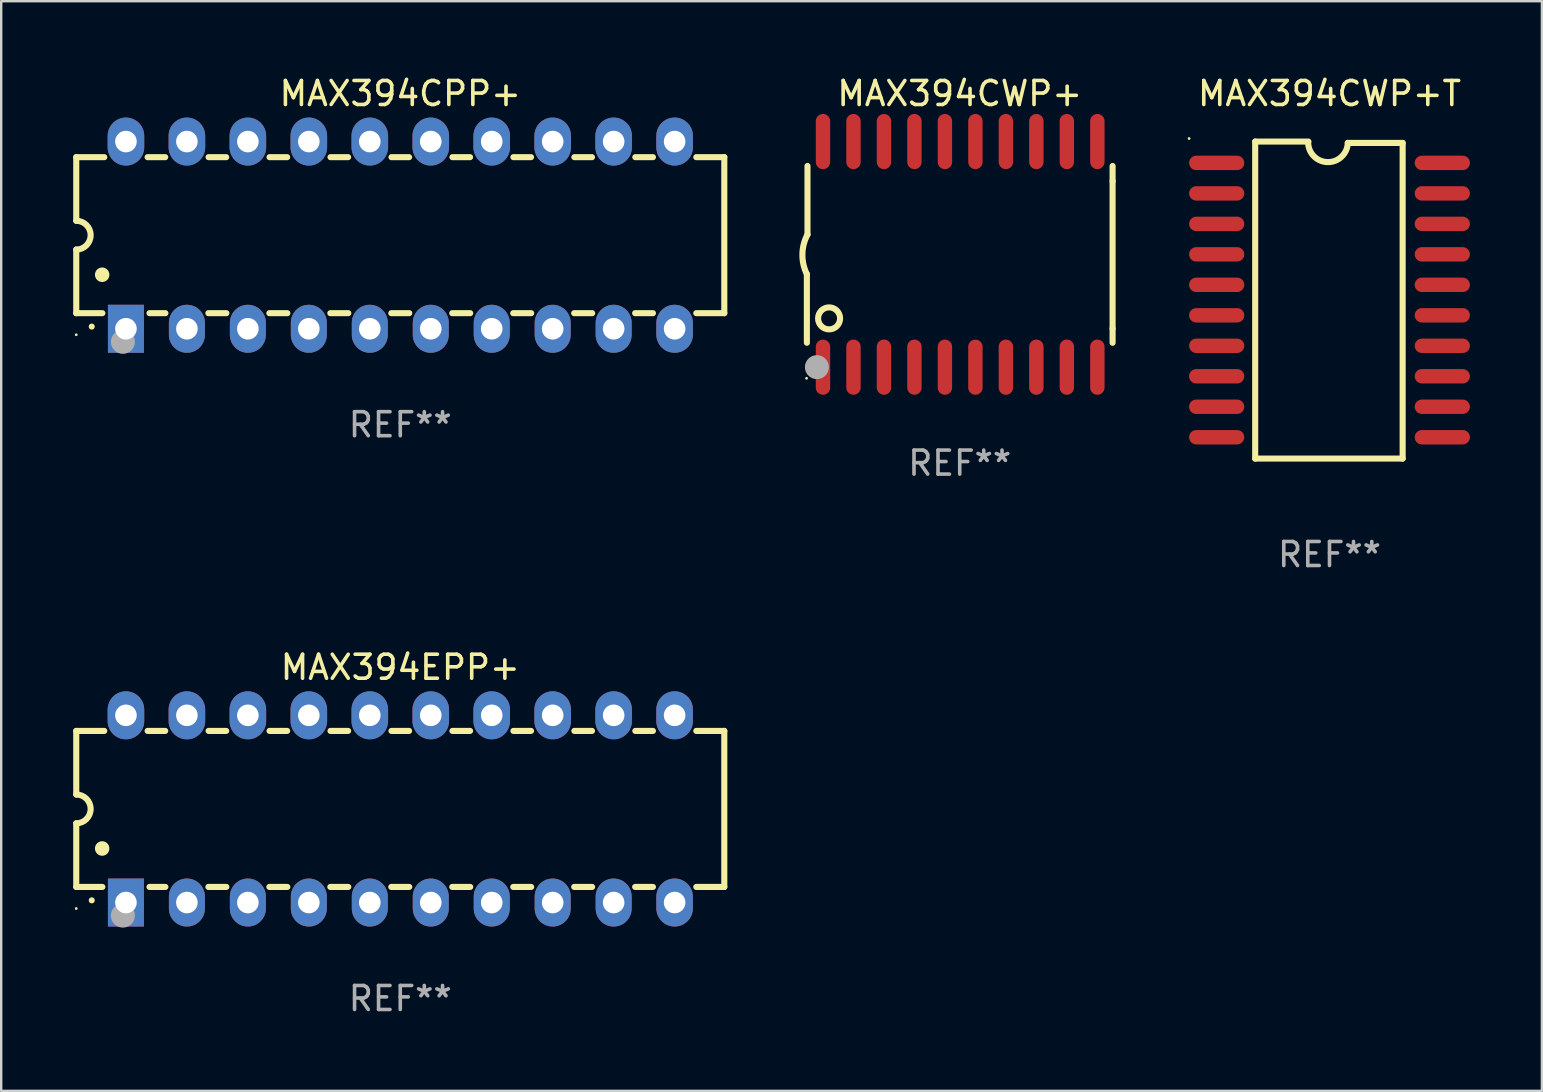
<source format=kicad_pcb>
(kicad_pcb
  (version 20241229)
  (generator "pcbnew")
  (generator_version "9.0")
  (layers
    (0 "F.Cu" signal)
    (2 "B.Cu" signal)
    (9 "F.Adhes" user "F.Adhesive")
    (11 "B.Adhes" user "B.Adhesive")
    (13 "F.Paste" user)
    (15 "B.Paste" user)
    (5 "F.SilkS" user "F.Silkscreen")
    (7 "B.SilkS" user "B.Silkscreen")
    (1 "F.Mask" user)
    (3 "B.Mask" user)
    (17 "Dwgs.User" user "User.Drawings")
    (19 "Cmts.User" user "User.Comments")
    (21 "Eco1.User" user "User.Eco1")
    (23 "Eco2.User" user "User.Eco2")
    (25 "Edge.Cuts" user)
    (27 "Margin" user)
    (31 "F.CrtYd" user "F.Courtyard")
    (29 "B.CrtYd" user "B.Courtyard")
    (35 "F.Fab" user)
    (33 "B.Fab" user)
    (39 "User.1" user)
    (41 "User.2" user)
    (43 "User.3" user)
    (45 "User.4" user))
  (footprint "MAX394CPP+"
    (layer "F.Cu")
    (at 13.627 6.748)
    (property "Reference" "MAX394CPP+" (at 0 -5.9 0) (layer "F.SilkS") (effects (font (size 1 1) (thickness 0.15))))
    (attr through_hole)
    (fp_line (start -13.5 -3.25) (end -12.333 -3.25) (stroke (width 0.254) (type solid)) (layer "F.SilkS"))
    (fp_line (start -13.5 -0.6) (end -13.5 -3.25) (stroke (width 0.254) (type solid)) (layer "F.SilkS"))
    (fp_line (start -13.5 3.25) (end -13.5 0.6) (stroke (width 0.254) (type solid)) (layer "F.SilkS"))
    (fp_line (start -13.5 3.25) (end -12.411 3.25) (stroke (width 0.254) (type solid)) (layer "F.SilkS"))
    (fp_line (start -10.527 -3.25) (end -9.793 -3.25) (stroke (width 0.254) (type solid)) (layer "F.SilkS"))
    (fp_line (start -10.449 3.25) (end -9.786 3.25) (stroke (width 0.254) (type solid)) (layer "F.SilkS"))
    (fp_line (start -7.994 3.25) (end -7.246 3.25) (stroke (width 0.254) (type solid)) (layer "F.SilkS"))
    (fp_line (start -7.987 -3.25) (end -7.253 -3.25) (stroke (width 0.254) (type solid)) (layer "F.SilkS"))
    (fp_line (start -5.454 3.25) (end -4.706 3.25) (stroke (width 0.254) (type solid)) (layer "F.SilkS"))
    (fp_line (start -5.447 -3.25) (end -4.713 -3.25) (stroke (width 0.254) (type solid)) (layer "F.SilkS"))
    (fp_line (start -2.914 3.25) (end -2.166 3.25) (stroke (width 0.254) (type solid)) (layer "F.SilkS"))
    (fp_line (start -2.907 -3.25) (end -2.173 -3.25) (stroke (width 0.254) (type solid)) (layer "F.SilkS"))
    (fp_line (start -0.374 3.25) (end 0.374 3.25) (stroke (width 0.254) (type solid)) (layer "F.SilkS"))
    (fp_line (start -0.367 -3.25) (end 0.367 -3.25) (stroke (width 0.254) (type solid)) (layer "F.SilkS"))
    (fp_line (start 2.166 3.25) (end 2.914 3.25) (stroke (width 0.254) (type solid)) (layer "F.SilkS"))
    (fp_line (start 2.173 -3.25) (end 2.907 -3.25) (stroke (width 0.254) (type solid)) (layer "F.SilkS"))
    (fp_line (start 4.706 3.25) (end 5.454 3.25) (stroke (width 0.254) (type solid)) (layer "F.SilkS"))
    (fp_line (start 4.713 -3.25) (end 5.447 -3.25) (stroke (width 0.254) (type solid)) (layer "F.SilkS"))
    (fp_line (start 7.246 3.25) (end 7.994 3.25) (stroke (width 0.254) (type solid)) (layer "F.SilkS"))
    (fp_line (start 7.253 -3.25) (end 7.987 -3.25) (stroke (width 0.254) (type solid)) (layer "F.SilkS"))
    (fp_line (start 9.786 3.25) (end 10.527 3.25) (stroke (width 0.254) (type solid)) (layer "F.SilkS"))
    (fp_line (start 9.793 -3.25) (end 10.527 -3.25) (stroke (width 0.254) (type solid)) (layer "F.SilkS"))
    (fp_line (start 12.333 -3.25) (end 13.5 -3.25) (stroke (width 0.254) (type solid)) (layer "F.SilkS"))
    (fp_line (start 12.333 3.25) (end 13.5 3.25) (stroke (width 0.254) (type solid)) (layer "F.SilkS"))
    (fp_line (start 13.5 -3.25) (end 13.5 3.25) (stroke (width 0.254) (type solid)) (layer "F.SilkS"))
    (fp_arc (start -13.500127 -0.599442) (mid -12.900406 0.000228) (end -13.500025 0.6) (stroke (width 0.254001) (type solid)) (layer "F.SilkS"))
    (fp_arc (start -12.854966 3.810008) (mid -12.854973 3.808738) (end -12.854966 3.807468) (stroke (width 0.25) (type solid)) (layer "F.SilkS"))
    (fp_arc (start -12.420625 1.651003) (mid -12.420636 1.648463) (end -12.420625 1.645923) (stroke (width 0.6) (type solid)) (layer "F.SilkS"))
    (fp_circle (center -13.5 4.15) (end -13.47 4.15) (stroke (width 0.06) (type solid)) (fill no) (layer "F.SilkS"))
    (fp_circle (center -11.557 4.445) (end -11.307 4.445) (stroke (width 0.5) (type solid)) (fill no) (layer "F.Fab"))
    (fp_text user "REF**" (at 0 7.9 0) (layer "F.Fab") (effects (font (size 1 1) (thickness 0.15))))
    (pad "1" thru_hole rect (at -11.43 3.9 90) (size 2 1.5) (drill 0.9) (layers "*.Cu" "*.Mask"))
    (pad "2" thru_hole oval (at -8.89 3.9 90) (size 2 1.5) (drill 0.9) (layers "*.Cu" "*.Mask"))
    (pad "3" thru_hole oval (at -6.35 3.9 90) (size 2 1.5) (drill 0.9) (layers "*.Cu" "*.Mask"))
    (pad "4" thru_hole oval (at -3.81 3.9 90) (size 2 1.5) (drill 0.9) (layers "*.Cu" "*.Mask"))
    (pad "5" thru_hole oval (at -1.27 3.9 90) (size 2 1.5) (drill 0.9) (layers "*.Cu" "*.Mask"))
    (pad "6" thru_hole oval (at 1.27 3.9 90) (size 2 1.5) (drill 0.9) (layers "*.Cu" "*.Mask"))
    (pad "7" thru_hole oval (at 3.81 3.9 90) (size 2 1.5) (drill 0.9) (layers "*.Cu" "*.Mask"))
    (pad "8" thru_hole oval (at 6.35 3.9 90) (size 2 1.5) (drill 0.9) (layers "*.Cu" "*.Mask"))
    (pad "9" thru_hole oval (at 8.89 3.9 90) (size 2 1.5) (drill 0.9) (layers "*.Cu" "*.Mask"))
    (pad "10" thru_hole oval (at 11.43 3.9 90) (size 2 1.524) (drill 0.9) (layers "*.Cu" "*.Mask"))
    (pad "11" thru_hole oval (at 11.43 -3.9 90) (size 2 1.524) (drill 0.9) (layers "*.Cu" "*.Mask"))
    (pad "12" thru_hole oval (at 8.89 -3.9 90) (size 2 1.524) (drill 0.9) (layers "*.Cu" "*.Mask"))
    (pad "13" thru_hole oval (at 6.35 -3.9 90) (size 2 1.524) (drill 0.9) (layers "*.Cu" "*.Mask"))
    (pad "14" thru_hole oval (at 3.81 -3.9 90) (size 2 1.524) (drill 0.9) (layers "*.Cu" "*.Mask"))
    (pad "15" thru_hole oval (at 1.27 -3.9 90) (size 2 1.524) (drill 0.9) (layers "*.Cu" "*.Mask"))
    (pad "16" thru_hole oval (at -1.27 -3.9 90) (size 2 1.524) (drill 0.9) (layers "*.Cu" "*.Mask"))
    (pad "17" thru_hole oval (at -3.81 -3.9 90) (size 2 1.524) (drill 0.9) (layers "*.Cu" "*.Mask"))
    (pad "18" thru_hole oval (at -6.35 -3.9 90) (size 2 1.524) (drill 0.9) (layers "*.Cu" "*.Mask"))
    (pad "19" thru_hole oval (at -8.89 -3.9 90) (size 2 1.524) (drill 0.9) (layers "*.Cu" "*.Mask"))
    (pad "20" thru_hole oval (at -11.43 -3.9 90) (size 2 1.524) (drill 0.9) (layers "*.Cu" "*.Mask")))
  (footprint "MAX394CWP+"
    (layer "F.Cu")
    (at 36.936 7.548)
    (property "Reference" "MAX394CWP+" (at 0 -6.7 0) (layer "F.SilkS") (effects (font (size 1 1) (thickness 0.15))))
    (attr through_hole)
    (fp_line (start -6.369 0.826) (end -6.369 3.683) (stroke (width 0.254) (type solid)) (layer "F.SilkS"))
    (fp_line (start -6.343 -0.825) (end -6.343 -3.683) (stroke (width 0.254) (type solid)) (layer "F.SilkS"))
    (fp_line (start 6.369 -3.048) (end 6.369 -3.683) (stroke (width 0.254) (type solid)) (layer "F.SilkS"))
    (fp_line (start 6.369 -3.048) (end 6.369 3.096) (stroke (width 0.254) (type solid)) (layer "F.SilkS"))
    (fp_line (start 6.369 3.096) (end 6.369 3.683) (stroke (width 0.254) (type solid)) (layer "F.SilkS"))
    (fp_arc (start -6.36853 0.825552) (mid -6.554743 -0.00301) (end -6.343129 -0.825451) (stroke (width 0.254001) (type solid)) (layer "F.SilkS"))
    (fp_circle (center -6.382 5.163) (end -6.352 5.163) (stroke (width 0.06) (type solid)) (fill no) (layer "F.SilkS"))
    (fp_circle (center -5.443 2.667) (end -4.985 2.667) (stroke (width 0.254) (type solid)) (fill no) (layer "F.SilkS"))
    (fp_circle (center -5.951 4.699) (end -5.701 4.699) (stroke (width 0.5) (type solid)) (fill no) (layer "F.Fab"))
    (fp_text user "REF**" (at 0 8.7 0) (layer "F.Fab") (effects (font (size 1 1) (thickness 0.15))))
    (pad "1" smd oval (at -5.697 4.7 180) (size 0.6 2.3) (layers "F.Cu" "F.Mask" "F.Paste"))
    (pad "2" smd oval (at -4.427 4.7 180) (size 0.6 2.3) (layers "F.Cu" "F.Mask" "F.Paste"))
    (pad "3" smd oval (at -3.157 4.7 180) (size 0.6 2.3) (layers "F.Cu" "F.Mask" "F.Paste"))
    (pad "4" smd oval (at -1.887 4.7 180) (size 0.6 2.3) (layers "F.Cu" "F.Mask" "F.Paste"))
    (pad "5" smd oval (at -0.617 4.7 180) (size 0.6 2.3) (layers "F.Cu" "F.Mask" "F.Paste"))
    (pad "6" smd oval (at 0.653 4.7 180) (size 0.6 2.3) (layers "F.Cu" "F.Mask" "F.Paste"))
    (pad "7" smd oval (at 1.923 4.7 180) (size 0.6 2.3) (layers "F.Cu" "F.Mask" "F.Paste"))
    (pad "8" smd oval (at 3.193 4.7 180) (size 0.6 2.3) (layers "F.Cu" "F.Mask" "F.Paste"))
    (pad "9" smd oval (at 4.463 4.7 180) (size 0.6 2.3) (layers "F.Cu" "F.Mask" "F.Paste"))
    (pad "10" smd oval (at 5.734 4.7 180) (size 0.6 2.3) (layers "F.Cu" "F.Mask" "F.Paste"))
    (pad "11" smd oval (at 5.734 -4.7 180) (size 0.6 2.3) (layers "F.Cu" "F.Mask" "F.Paste"))
    (pad "12" smd oval (at 4.463 -4.7 180) (size 0.6 2.3) (layers "F.Cu" "F.Mask" "F.Paste"))
    (pad "13" smd oval (at 3.193 -4.7 180) (size 0.6 2.3) (layers "F.Cu" "F.Mask" "F.Paste"))
    (pad "14" smd oval (at 1.923 -4.7 180) (size 0.6 2.3) (layers "F.Cu" "F.Mask" "F.Paste"))
    (pad "15" smd oval (at 0.653 -4.7 180) (size 0.6 2.3) (layers "F.Cu" "F.Mask" "F.Paste"))
    (pad "16" smd oval (at -0.617 -4.7 180) (size 0.6 2.3) (layers "F.Cu" "F.Mask" "F.Paste"))
    (pad "17" smd oval (at -1.887 -4.7 180) (size 0.6 2.3) (layers "F.Cu" "F.Mask" "F.Paste"))
    (pad "18" smd oval (at -3.157 -4.7 180) (size 0.6 2.3) (layers "F.Cu" "F.Mask" "F.Paste"))
    (pad "19" smd oval (at -4.427 -4.7 180) (size 0.6 2.3) (layers "F.Cu" "F.Mask" "F.Paste"))
    (pad "20" smd oval (at -5.697 -4.7 180) (size 0.6 2.3) (layers "F.Cu" "F.Mask" "F.Paste")))
  (footprint "MAX394EPP+"
    (layer "F.Cu")
    (at 13.627 30.653)
    (property "Reference" "MAX394EPP+" (at 0 -5.9 0) (layer "F.SilkS") (effects (font (size 1 1) (thickness 0.15))))
    (attr through_hole)
    (fp_line (start -13.5 -3.25) (end -12.333 -3.25) (stroke (width 0.254) (type solid)) (layer "F.SilkS"))
    (fp_line (start -13.5 -0.6) (end -13.5 -3.25) (stroke (width 0.254) (type solid)) (layer "F.SilkS"))
    (fp_line (start -13.5 3.25) (end -13.5 0.6) (stroke (width 0.254) (type solid)) (layer "F.SilkS"))
    (fp_line (start -13.5 3.25) (end -12.411 3.25) (stroke (width 0.254) (type solid)) (layer "F.SilkS"))
    (fp_line (start -10.527 -3.25) (end -9.793 -3.25) (stroke (width 0.254) (type solid)) (layer "F.SilkS"))
    (fp_line (start -10.449 3.25) (end -9.786 3.25) (stroke (width 0.254) (type solid)) (layer "F.SilkS"))
    (fp_line (start -7.994 3.25) (end -7.246 3.25) (stroke (width 0.254) (type solid)) (layer "F.SilkS"))
    (fp_line (start -7.987 -3.25) (end -7.253 -3.25) (stroke (width 0.254) (type solid)) (layer "F.SilkS"))
    (fp_line (start -5.454 3.25) (end -4.706 3.25) (stroke (width 0.254) (type solid)) (layer "F.SilkS"))
    (fp_line (start -5.447 -3.25) (end -4.713 -3.25) (stroke (width 0.254) (type solid)) (layer "F.SilkS"))
    (fp_line (start -2.914 3.25) (end -2.166 3.25) (stroke (width 0.254) (type solid)) (layer "F.SilkS"))
    (fp_line (start -2.907 -3.25) (end -2.173 -3.25) (stroke (width 0.254) (type solid)) (layer "F.SilkS"))
    (fp_line (start -0.374 3.25) (end 0.374 3.25) (stroke (width 0.254) (type solid)) (layer "F.SilkS"))
    (fp_line (start -0.367 -3.25) (end 0.367 -3.25) (stroke (width 0.254) (type solid)) (layer "F.SilkS"))
    (fp_line (start 2.166 3.25) (end 2.914 3.25) (stroke (width 0.254) (type solid)) (layer "F.SilkS"))
    (fp_line (start 2.173 -3.25) (end 2.907 -3.25) (stroke (width 0.254) (type solid)) (layer "F.SilkS"))
    (fp_line (start 4.706 3.25) (end 5.454 3.25) (stroke (width 0.254) (type solid)) (layer "F.SilkS"))
    (fp_line (start 4.713 -3.25) (end 5.447 -3.25) (stroke (width 0.254) (type solid)) (layer "F.SilkS"))
    (fp_line (start 7.246 3.25) (end 7.994 3.25) (stroke (width 0.254) (type solid)) (layer "F.SilkS"))
    (fp_line (start 7.253 -3.25) (end 7.987 -3.25) (stroke (width 0.254) (type solid)) (layer "F.SilkS"))
    (fp_line (start 9.786 3.25) (end 10.527 3.25) (stroke (width 0.254) (type solid)) (layer "F.SilkS"))
    (fp_line (start 9.793 -3.25) (end 10.527 -3.25) (stroke (width 0.254) (type solid)) (layer "F.SilkS"))
    (fp_line (start 12.333 -3.25) (end 13.5 -3.25) (stroke (width 0.254) (type solid)) (layer "F.SilkS"))
    (fp_line (start 12.333 3.25) (end 13.5 3.25) (stroke (width 0.254) (type solid)) (layer "F.SilkS"))
    (fp_line (start 13.5 -3.25) (end 13.5 3.25) (stroke (width 0.254) (type solid)) (layer "F.SilkS"))
    (fp_arc (start -13.500127 -0.599442) (mid -12.900406 0.000228) (end -13.500025 0.6) (stroke (width 0.254001) (type solid)) (layer "F.SilkS"))
    (fp_arc (start -12.854966 3.810008) (mid -12.854973 3.808738) (end -12.854966 3.807468) (stroke (width 0.25) (type solid)) (layer "F.SilkS"))
    (fp_arc (start -12.420625 1.651003) (mid -12.420636 1.648463) (end -12.420625 1.645923) (stroke (width 0.6) (type solid)) (layer "F.SilkS"))
    (fp_circle (center -13.5 4.15) (end -13.47 4.15) (stroke (width 0.06) (type solid)) (fill no) (layer "F.SilkS"))
    (fp_circle (center -11.557 4.445) (end -11.307 4.445) (stroke (width 0.5) (type solid)) (fill no) (layer "F.Fab"))
    (fp_text user "REF**" (at 0 7.9 0) (layer "F.Fab") (effects (font (size 1 1) (thickness 0.15))))
    (pad "1" thru_hole rect (at -11.43 3.9 90) (size 2 1.5) (drill 0.9) (layers "*.Cu" "*.Mask"))
    (pad "2" thru_hole oval (at -8.89 3.9 90) (size 2 1.5) (drill 0.9) (layers "*.Cu" "*.Mask"))
    (pad "3" thru_hole oval (at -6.35 3.9 90) (size 2 1.5) (drill 0.9) (layers "*.Cu" "*.Mask"))
    (pad "4" thru_hole oval (at -3.81 3.9 90) (size 2 1.5) (drill 0.9) (layers "*.Cu" "*.Mask"))
    (pad "5" thru_hole oval (at -1.27 3.9 90) (size 2 1.5) (drill 0.9) (layers "*.Cu" "*.Mask"))
    (pad "6" thru_hole oval (at 1.27 3.9 90) (size 2 1.5) (drill 0.9) (layers "*.Cu" "*.Mask"))
    (pad "7" thru_hole oval (at 3.81 3.9 90) (size 2 1.5) (drill 0.9) (layers "*.Cu" "*.Mask"))
    (pad "8" thru_hole oval (at 6.35 3.9 90) (size 2 1.5) (drill 0.9) (layers "*.Cu" "*.Mask"))
    (pad "9" thru_hole oval (at 8.89 3.9 90) (size 2 1.5) (drill 0.9) (layers "*.Cu" "*.Mask"))
    (pad "10" thru_hole oval (at 11.43 3.9 90) (size 2 1.524) (drill 0.9) (layers "*.Cu" "*.Mask"))
    (pad "11" thru_hole oval (at 11.43 -3.9 90) (size 2 1.524) (drill 0.9) (layers "*.Cu" "*.Mask"))
    (pad "12" thru_hole oval (at 8.89 -3.9 90) (size 2 1.524) (drill 0.9) (layers "*.Cu" "*.Mask"))
    (pad "13" thru_hole oval (at 6.35 -3.9 90) (size 2 1.524) (drill 0.9) (layers "*.Cu" "*.Mask"))
    (pad "14" thru_hole oval (at 3.81 -3.9 90) (size 2 1.524) (drill 0.9) (layers "*.Cu" "*.Mask"))
    (pad "15" thru_hole oval (at 1.27 -3.9 90) (size 2 1.524) (drill 0.9) (layers "*.Cu" "*.Mask"))
    (pad "16" thru_hole oval (at -1.27 -3.9 90) (size 2 1.524) (drill 0.9) (layers "*.Cu" "*.Mask"))
    (pad "17" thru_hole oval (at -3.81 -3.9 90) (size 2 1.524) (drill 0.9) (layers "*.Cu" "*.Mask"))
    (pad "18" thru_hole oval (at -6.35 -3.9 90) (size 2 1.524) (drill 0.9) (layers "*.Cu" "*.Mask"))
    (pad "19" thru_hole oval (at -8.89 -3.9 90) (size 2 1.524) (drill 0.9) (layers "*.Cu" "*.Mask"))
    (pad "20" thru_hole oval (at -11.43 -3.9 90) (size 2 1.524) (drill 0.9) (layers "*.Cu" "*.Mask")))
  (footprint "MAX394CWP+T"
    (layer "F.Cu")
    (at 52.342 9.452)
    (property "Reference" "MAX394CWP+T" (at 0 -8.604 0) (layer "F.SilkS") (effects (font (size 1 1) (thickness 0.15))))
    (attr through_hole)
    (fp_line (start -3.096 -6.604) (end -0.879 -6.604) (stroke (width 0.254) (type solid)) (layer "F.SilkS"))
    (fp_line (start -3.096 6.604) (end -3.096 -6.604) (stroke (width 0.254) (type solid)) (layer "F.SilkS"))
    (fp_line (start 0.762 -6.547) (end 3.048 -6.547) (stroke (width 0.254) (type solid)) (layer "F.SilkS"))
    (fp_line (start 3.048 -6.547) (end 3.048 6.604) (stroke (width 0.254) (type solid)) (layer "F.SilkS"))
    (fp_line (start 3.048 6.604) (end -3.096 6.604) (stroke (width 0.254) (type solid)) (layer "F.SilkS"))
    (fp_arc (start 0.761976 -6.547422) (mid -0.076028 -5.747418) (end -0.889027 -6.572821) (stroke (width 0.254001) (type solid)) (layer "F.SilkS"))
    (fp_circle (center -5.85 -6.731) (end -5.82 -6.731) (stroke (width 0.06) (type solid)) (fill no) (layer "F.SilkS"))
    (fp_text user "REF**" (at 0 10.604 0) (layer "F.Fab") (effects (font (size 1 1) (thickness 0.15))))
    (pad "1" smd oval (at -4.7 -5.715 90) (size 0.6 2.3) (layers "F.Cu" "F.Mask" "F.Paste"))
    (pad "2" smd oval (at -4.7 -4.445 90) (size 0.6 2.3) (layers "F.Cu" "F.Mask" "F.Paste"))
    (pad "3" smd oval (at -4.7 -3.175 90) (size 0.6 2.3) (layers "F.Cu" "F.Mask" "F.Paste"))
    (pad "4" smd oval (at -4.7 -1.905 90) (size 0.6 2.3) (layers "F.Cu" "F.Mask" "F.Paste"))
    (pad "5" smd oval (at -4.7 -0.635 90) (size 0.6 2.3) (layers "F.Cu" "F.Mask" "F.Paste"))
    (pad "6" smd oval (at -4.7 0.635 90) (size 0.6 2.3) (layers "F.Cu" "F.Mask" "F.Paste"))
    (pad "7" smd oval (at -4.7 1.905 90) (size 0.6 2.3) (layers "F.Cu" "F.Mask" "F.Paste"))
    (pad "8" smd oval (at -4.7 3.175 90) (size 0.6 2.3) (layers "F.Cu" "F.Mask" "F.Paste"))
    (pad "9" smd oval (at -4.7 4.445 90) (size 0.6 2.3) (layers "F.Cu" "F.Mask" "F.Paste"))
    (pad "10" smd oval (at -4.7 5.715 90) (size 0.6 2.3) (layers "F.Cu" "F.Mask" "F.Paste"))
    (pad "11" smd oval (at 4.7 5.715 90) (size 0.6 2.3) (layers "F.Cu" "F.Mask" "F.Paste"))
    (pad "12" smd oval (at 4.7 4.445 90) (size 0.6 2.3) (layers "F.Cu" "F.Mask" "F.Paste"))
    (pad "13" smd oval (at 4.7 3.175 90) (size 0.6 2.3) (layers "F.Cu" "F.Mask" "F.Paste"))
    (pad "14" smd oval (at 4.7 1.905 90) (size 0.6 2.3) (layers "F.Cu" "F.Mask" "F.Paste"))
    (pad "15" smd oval (at 4.7 0.635 90) (size 0.6 2.3) (layers "F.Cu" "F.Mask" "F.Paste"))
    (pad "16" smd oval (at 4.7 -0.635 90) (size 0.6 2.3) (layers "F.Cu" "F.Mask" "F.Paste"))
    (pad "17" smd oval (at 4.7 -1.905 90) (size 0.6 2.3) (layers "F.Cu" "F.Mask" "F.Paste"))
    (pad "18" smd oval (at 4.7 -3.175 90) (size 0.6 2.3) (layers "F.Cu" "F.Mask" "F.Paste"))
    (pad "19" smd oval (at 4.7 -4.445 90) (size 0.6 2.3) (layers "F.Cu" "F.Mask" "F.Paste"))
    (pad "20" smd oval (at 4.7 -5.715 90) (size 0.6 2.3) (layers "F.Cu" "F.Mask" "F.Paste")))
  (gr_rect
    (start -3 -3)
    (end 61.192 42.401)
    (stroke (width 0.1) (type default))
    (fill no)
    (layer "Edge.Cuts")))
</source>
